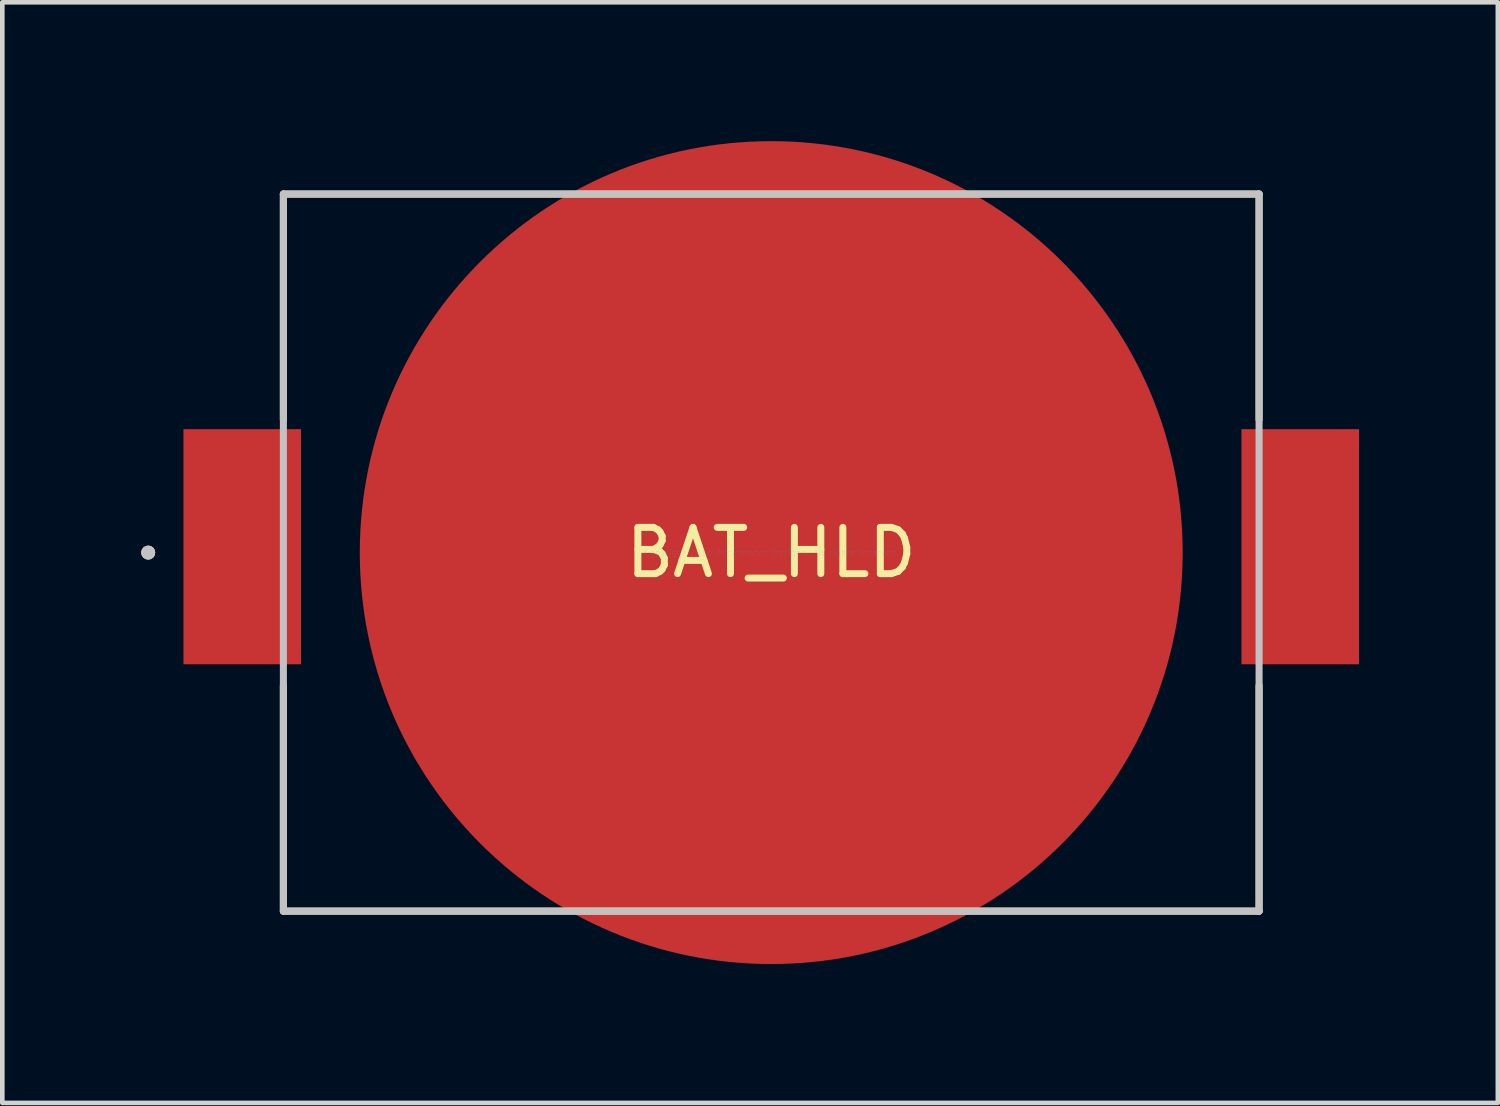
<source format=kicad_pcb>
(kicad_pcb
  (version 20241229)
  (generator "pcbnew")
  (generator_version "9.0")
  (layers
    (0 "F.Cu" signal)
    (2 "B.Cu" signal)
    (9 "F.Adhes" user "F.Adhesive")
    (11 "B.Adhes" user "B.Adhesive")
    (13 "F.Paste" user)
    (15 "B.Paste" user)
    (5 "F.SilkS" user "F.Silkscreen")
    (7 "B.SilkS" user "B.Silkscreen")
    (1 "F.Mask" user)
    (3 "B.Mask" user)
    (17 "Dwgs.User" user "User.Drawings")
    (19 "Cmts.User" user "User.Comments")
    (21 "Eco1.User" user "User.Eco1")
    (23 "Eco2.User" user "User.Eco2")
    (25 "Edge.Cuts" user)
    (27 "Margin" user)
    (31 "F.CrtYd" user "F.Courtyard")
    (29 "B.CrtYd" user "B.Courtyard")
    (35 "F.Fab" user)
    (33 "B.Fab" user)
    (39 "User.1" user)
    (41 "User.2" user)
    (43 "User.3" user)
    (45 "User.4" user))
  (footprint "BAT_HLD"
    (layer "F.Cu")
    (at 13.614 8.89)
    (property "Reference" "BAT_HLD" (at 0 0 0) (layer "F.SilkS") (effects (font (size 1 1) (thickness 0.15))))
    (attr through_hole)
    (fp_line (start -10.541 -7.747) (end -10.541 -2.873) (stroke (width 0.152) (type solid)) (layer "F.SilkS"))
    (fp_line (start -10.541 2.873) (end -10.541 7.747) (stroke (width 0.152) (type solid)) (layer "F.SilkS"))
    (fp_line (start -10.541 7.747) (end 10.541 7.747) (stroke (width 0.152) (type solid)) (layer "F.SilkS"))
    (fp_line (start 10.541 -7.747) (end -10.541 -7.747) (stroke (width 0.152) (type solid)) (layer "F.SilkS"))
    (fp_line (start 10.541 -2.873) (end 10.541 -7.747) (stroke (width 0.152) (type solid)) (layer "F.SilkS"))
    (fp_line (start 10.541 7.747) (end 10.541 2.873) (stroke (width 0.152) (type solid)) (layer "F.SilkS"))
    (fp_circle (center -13.462 0) (end -13.386 0) (stroke (width 0.152) (type solid)) (fill no) (layer "F.SilkS"))
    (fp_line (start -10.541 -7.747) (end -10.541 7.747) (stroke (width 0.152) (type solid)) (layer "Dwgs.User"))
    (fp_line (start -10.541 7.747) (end 10.541 7.747) (stroke (width 0.152) (type solid)) (layer "Dwgs.User"))
    (fp_line (start 10.541 -7.747) (end -10.541 -7.747) (stroke (width 0.152) (type solid)) (layer "Dwgs.User"))
    (fp_line (start 10.541 7.747) (end 10.541 -7.747) (stroke (width 0.152) (type solid)) (layer "Dwgs.User"))
    (fp_circle (center -13.462 0) (end -13.386 0) (stroke (width 0.152) (type solid)) (fill no) (layer "Dwgs.User"))
    (fp_text user "Copyright 2016 Accelerated Designs. All rights reserved." (at 0 0 0) (layer "Cmts.User") (effects (font (size 0.127 0.127) (thickness 0.002))))
    (pad "1" smd rect (at -11.43 -0.127) (size 2.54 5.08) (layers "F.Cu"))
    (pad "1" smd rect (at 11.43 -0.127) (size 2.54 5.08) (layers "F.Cu"))
    (pad "2" smd circle (at 0 0) (size 17.78 17.78) (layers "F.Cu")))
  (gr_rect
    (start -3 -3)
    (end 29.314 20.78)
    (stroke (width 0.1) (type default))
    (fill no)
    (layer "Edge.Cuts")))
</source>
